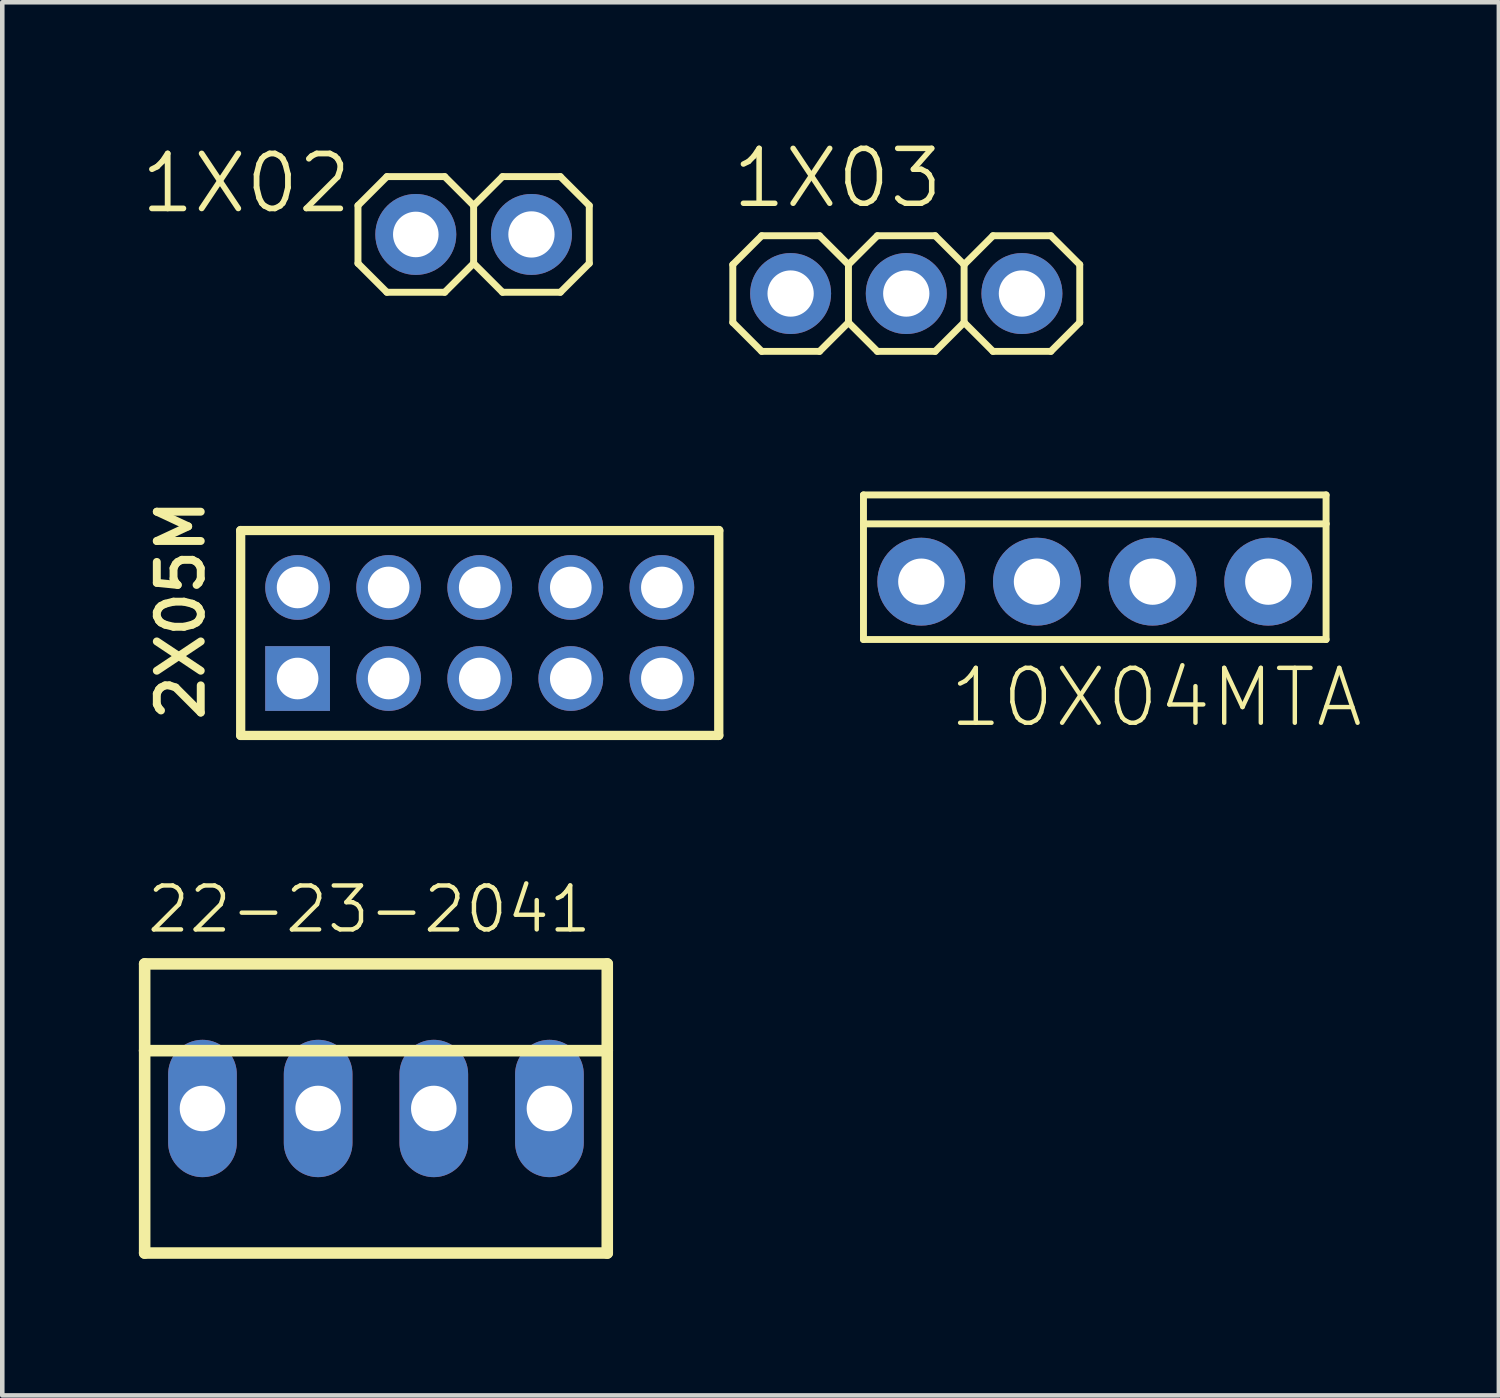
<source format=kicad_pcb>
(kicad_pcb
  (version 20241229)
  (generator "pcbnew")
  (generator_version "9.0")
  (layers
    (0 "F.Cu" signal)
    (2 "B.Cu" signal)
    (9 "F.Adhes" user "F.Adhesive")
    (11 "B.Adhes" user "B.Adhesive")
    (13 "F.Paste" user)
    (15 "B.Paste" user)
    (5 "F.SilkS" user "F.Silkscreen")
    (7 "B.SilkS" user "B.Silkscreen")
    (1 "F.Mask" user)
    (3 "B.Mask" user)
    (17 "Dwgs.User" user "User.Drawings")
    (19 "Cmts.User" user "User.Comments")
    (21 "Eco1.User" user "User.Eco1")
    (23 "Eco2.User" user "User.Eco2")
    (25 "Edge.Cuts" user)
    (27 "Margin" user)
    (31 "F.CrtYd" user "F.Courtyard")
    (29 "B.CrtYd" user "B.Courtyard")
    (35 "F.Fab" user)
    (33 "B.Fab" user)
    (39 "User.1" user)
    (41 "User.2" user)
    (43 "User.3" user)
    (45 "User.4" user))
  (footprint "1X03"
    (layer "F.Cu")
    (at 16.854 3.397)
    (property "Reference" "1X03" (at -3.886 -1.829 0) (layer "F.SilkS") (effects (font (size 1.206 1.206) (thickness 0.121)) (justify left bottom)))
    (attr through_hole)
    (fp_line (start -3.81 -0.635) (end -3.81 0.635) (stroke (width 0.152) (type solid)) (layer "F.SilkS"))
    (fp_line (start -3.81 0.635) (end -3.175 1.27) (stroke (width 0.152) (type solid)) (layer "F.SilkS"))
    (fp_line (start -3.175 -1.27) (end -3.81 -0.635) (stroke (width 0.152) (type solid)) (layer "F.SilkS"))
    (fp_line (start -3.175 -1.27) (end -1.905 -1.27) (stroke (width 0.152) (type solid)) (layer "F.SilkS"))
    (fp_line (start -1.905 -1.27) (end -1.27 -0.635) (stroke (width 0.152) (type solid)) (layer "F.SilkS"))
    (fp_line (start -1.905 1.27) (end -3.175 1.27) (stroke (width 0.152) (type solid)) (layer "F.SilkS"))
    (fp_line (start -1.27 -0.635) (end -1.27 0.635) (stroke (width 0.152) (type solid)) (layer "F.SilkS"))
    (fp_line (start -1.27 -0.635) (end -0.635 -1.27) (stroke (width 0.152) (type solid)) (layer "F.SilkS"))
    (fp_line (start -1.27 0.635) (end -1.905 1.27) (stroke (width 0.152) (type solid)) (layer "F.SilkS"))
    (fp_line (start -0.635 -1.27) (end 0.635 -1.27) (stroke (width 0.152) (type solid)) (layer "F.SilkS"))
    (fp_line (start -0.635 1.27) (end -1.27 0.635) (stroke (width 0.152) (type solid)) (layer "F.SilkS"))
    (fp_line (start 0.635 -1.27) (end 1.27 -0.635) (stroke (width 0.152) (type solid)) (layer "F.SilkS"))
    (fp_line (start 0.635 1.27) (end -0.635 1.27) (stroke (width 0.152) (type solid)) (layer "F.SilkS"))
    (fp_line (start 1.27 -0.635) (end 1.27 0.635) (stroke (width 0.152) (type solid)) (layer "F.SilkS"))
    (fp_line (start 1.27 -0.635) (end 1.905 -1.27) (stroke (width 0.152) (type solid)) (layer "F.SilkS"))
    (fp_line (start 1.27 0.635) (end 0.635 1.27) (stroke (width 0.152) (type solid)) (layer "F.SilkS"))
    (fp_line (start 1.905 -1.27) (end 3.175 -1.27) (stroke (width 0.152) (type solid)) (layer "F.SilkS"))
    (fp_line (start 1.905 1.27) (end 1.27 0.635) (stroke (width 0.152) (type solid)) (layer "F.SilkS"))
    (fp_line (start 3.175 -1.27) (end 3.81 -0.635) (stroke (width 0.152) (type solid)) (layer "F.SilkS"))
    (fp_line (start 3.175 1.27) (end 1.905 1.27) (stroke (width 0.152) (type solid)) (layer "F.SilkS"))
    (fp_line (start 3.81 -0.635) (end 3.81 0.635) (stroke (width 0.152) (type solid)) (layer "F.SilkS"))
    (fp_line (start 3.81 0.635) (end 3.175 1.27) (stroke (width 0.152) (type solid)) (layer "F.SilkS"))
    (fp_poly (pts (xy -2.794 0.254) (xy -2.286 0.254) (xy -2.286 -0.254) (xy -2.794 -0.254)) (stroke (width 0.1) (type solid)) (fill no) (layer "F.Fab"))
    (fp_poly (pts (xy -0.254 0.254) (xy 0.254 0.254) (xy 0.254 -0.254) (xy -0.254 -0.254)) (stroke (width 0.1) (type solid)) (fill no) (layer "F.Fab"))
    (fp_poly (pts (xy 2.286 0.254) (xy 2.794 0.254) (xy 2.794 -0.254) (xy 2.286 -0.254)) (stroke (width 0.1) (type solid)) (fill no) (layer "F.Fab"))
    (pad "1" thru_hole circle (at -2.54 0 90) (size 1.778 1.778) (drill 1.016) (layers "*.Cu" "*.Mask"))
    (pad "2" thru_hole circle (at 0 0 90) (size 1.778 1.778) (drill 1.016) (layers "*.Cu" "*.Mask"))
    (pad "3" thru_hole circle (at 2.54 0 90) (size 1.778 1.778) (drill 1.016) (layers "*.Cu" "*.Mask")))
  (footprint "2X05M"
    (layer "F.Cu")
    (at 7.486 10.852)
    (property "Reference" "2X05M" (at -6 2 90) (layer "F.SilkS") (effects (font (size 0.965 0.965) (thickness 0.174)) (justify left bottom)))
    (attr through_hole)
    (fp_line (start -5.25 -2.25) (end 5.25 -2.25) (stroke (width 0.203) (type solid)) (layer "F.SilkS"))
    (fp_line (start -5.25 2.25) (end -5.25 -2.25) (stroke (width 0.203) (type solid)) (layer "F.SilkS"))
    (fp_line (start 5.25 -2.25) (end 5.25 2.25) (stroke (width 0.203) (type solid)) (layer "F.SilkS"))
    (fp_line (start 5.25 2.25) (end -5.25 2.25) (stroke (width 0.203) (type solid)) (layer "F.SilkS"))
    (fp_poly (pts (xy -4.25 -0.75) (xy -3.75 -0.75) (xy -3.75 -1.25) (xy -4.25 -1.25)) (stroke (width 0.1) (type solid)) (fill no) (layer "F.Fab"))
    (fp_poly (pts (xy -4.25 1.25) (xy -3.75 1.25) (xy -3.75 0.75) (xy -4.25 0.75)) (stroke (width 0.1) (type solid)) (fill no) (layer "F.Fab"))
    (fp_poly (pts (xy -2.25 -0.75) (xy -1.75 -0.75) (xy -1.75 -1.25) (xy -2.25 -1.25)) (stroke (width 0.1) (type solid)) (fill no) (layer "F.Fab"))
    (fp_poly (pts (xy -2.25 1.25) (xy -1.75 1.25) (xy -1.75 0.75) (xy -2.25 0.75)) (stroke (width 0.1) (type solid)) (fill no) (layer "F.Fab"))
    (fp_poly (pts (xy -0.25 -0.75) (xy 0.25 -0.75) (xy 0.25 -1.25) (xy -0.25 -1.25)) (stroke (width 0.1) (type solid)) (fill no) (layer "F.Fab"))
    (fp_poly (pts (xy -0.25 1.25) (xy 0.25 1.25) (xy 0.25 0.75) (xy -0.25 0.75)) (stroke (width 0.1) (type solid)) (fill no) (layer "F.Fab"))
    (fp_poly (pts (xy 1.75 -0.75) (xy 2.25 -0.75) (xy 2.25 -1.25) (xy 1.75 -1.25)) (stroke (width 0.1) (type solid)) (fill no) (layer "F.Fab"))
    (fp_poly (pts (xy 1.75 1.25) (xy 2.25 1.25) (xy 2.25 0.75) (xy 1.75 0.75)) (stroke (width 0.1) (type solid)) (fill no) (layer "F.Fab"))
    (fp_poly (pts (xy 3.75 -0.75) (xy 4.25 -0.75) (xy 4.25 -1.25) (xy 3.75 -1.25)) (stroke (width 0.1) (type solid)) (fill no) (layer "F.Fab"))
    (fp_poly (pts (xy 3.75 1.25) (xy 4.25 1.25) (xy 4.25 0.75) (xy 3.75 0.75)) (stroke (width 0.1) (type solid)) (fill no) (layer "F.Fab"))
    (pad "1" thru_hole rect (at -4 1) (size 1.422 1.422) (drill 0.914) (layers "*.Cu" "*.Mask"))
    (pad "2" thru_hole circle (at -4 -1) (size 1.422 1.422) (drill 0.914) (layers "*.Cu" "*.Mask"))
    (pad "3" thru_hole circle (at -2 1) (size 1.422 1.422) (drill 0.914) (layers "*.Cu" "*.Mask"))
    (pad "4" thru_hole circle (at -2 -1) (size 1.422 1.422) (drill 0.914) (layers "*.Cu" "*.Mask"))
    (pad "5" thru_hole circle (at 0 1) (size 1.422 1.422) (drill 0.914) (layers "*.Cu" "*.Mask"))
    (pad "6" thru_hole circle (at 0 -1) (size 1.422 1.422) (drill 0.914) (layers "*.Cu" "*.Mask"))
    (pad "7" thru_hole circle (at 2 1) (size 1.422 1.422) (drill 0.914) (layers "*.Cu" "*.Mask"))
    (pad "8" thru_hole circle (at 2 -1) (size 1.422 1.422) (drill 0.914) (layers "*.Cu" "*.Mask"))
    (pad "9" thru_hole circle (at 4 1) (size 1.422 1.422) (drill 0.914) (layers "*.Cu" "*.Mask"))
    (pad "10" thru_hole circle (at 4 -1) (size 1.422 1.422) (drill 0.914) (layers "*.Cu" "*.Mask")))
  (footprint "1X02"
    (layer "F.Cu")
    (at 7.352 2.099)
    (property "Reference" "1X02" (at -2.616 -1.829 0) (layer "F.SilkS") (effects (font (size 1.206 1.206) (thickness 0.127)) (justify right top)))
    (attr through_hole)
    (fp_line (start -2.54 -0.635) (end -2.54 0.635) (stroke (width 0.152) (type solid)) (layer "F.SilkS"))
    (fp_line (start -2.54 0.635) (end -1.905 1.27) (stroke (width 0.152) (type solid)) (layer "F.SilkS"))
    (fp_line (start -1.905 -1.27) (end -2.54 -0.635) (stroke (width 0.152) (type solid)) (layer "F.SilkS"))
    (fp_line (start -1.905 -1.27) (end -0.635 -1.27) (stroke (width 0.152) (type solid)) (layer "F.SilkS"))
    (fp_line (start -0.635 -1.27) (end 0 -0.635) (stroke (width 0.152) (type solid)) (layer "F.SilkS"))
    (fp_line (start -0.635 1.27) (end -1.905 1.27) (stroke (width 0.152) (type solid)) (layer "F.SilkS"))
    (fp_line (start 0 -0.635) (end 0 0.635) (stroke (width 0.152) (type solid)) (layer "F.SilkS"))
    (fp_line (start 0 -0.635) (end 0.635 -1.27) (stroke (width 0.152) (type solid)) (layer "F.SilkS"))
    (fp_line (start 0 0.635) (end -0.635 1.27) (stroke (width 0.152) (type solid)) (layer "F.SilkS"))
    (fp_line (start 0.635 -1.27) (end 1.905 -1.27) (stroke (width 0.152) (type solid)) (layer "F.SilkS"))
    (fp_line (start 0.635 1.27) (end 0 0.635) (stroke (width 0.152) (type solid)) (layer "F.SilkS"))
    (fp_line (start 1.905 -1.27) (end 2.54 -0.635) (stroke (width 0.152) (type solid)) (layer "F.SilkS"))
    (fp_line (start 1.905 1.27) (end 0.635 1.27) (stroke (width 0.152) (type solid)) (layer "F.SilkS"))
    (fp_line (start 2.54 -0.635) (end 2.54 0.635) (stroke (width 0.152) (type solid)) (layer "F.SilkS"))
    (fp_line (start 2.54 0.635) (end 1.905 1.27) (stroke (width 0.152) (type solid)) (layer "F.SilkS"))
    (fp_poly (pts (xy -1.524 0.254) (xy -1.016 0.254) (xy -1.016 -0.254) (xy -1.524 -0.254)) (stroke (width 0.1) (type solid)) (fill no) (layer "F.Fab"))
    (fp_poly (pts (xy 1.016 0.254) (xy 1.524 0.254) (xy 1.524 -0.254) (xy 1.016 -0.254)) (stroke (width 0.1) (type solid)) (fill no) (layer "F.Fab"))
    (pad "1" thru_hole circle (at -1.27 0 90) (size 1.778 1.778) (drill 1) (layers "*.Cu" "*.Mask"))
    (pad "2" thru_hole circle (at 1.27 0 90) (size 1.778 1.778) (drill 1.016) (layers "*.Cu" "*.Mask")))
  (footprint "22-23-2041"
    (layer "F.Cu")
    (at 5.207 21.295)
    (property "Reference" "22-23-2041" (at -5.08 -3.81 0) (layer "F.SilkS") (effects (font (size 0.965 0.965) (thickness 0.097)) (justify left bottom)))
    (attr through_hole)
    (fp_line (start -5.08 -3.175) (end 5.08 -3.175) (stroke (width 0.254) (type solid)) (layer "F.SilkS"))
    (fp_line (start -5.08 -1.27) (end -5.08 -3.175) (stroke (width 0.254) (type solid)) (layer "F.SilkS"))
    (fp_line (start -5.08 -1.27) (end 5.08 -1.27) (stroke (width 0.254) (type solid)) (layer "F.SilkS"))
    (fp_line (start -5.08 3.175) (end -5.08 -1.27) (stroke (width 0.254) (type solid)) (layer "F.SilkS"))
    (fp_line (start 5.08 -3.175) (end 5.08 -1.27) (stroke (width 0.254) (type solid)) (layer "F.SilkS"))
    (fp_line (start 5.08 -1.27) (end 5.08 3.175) (stroke (width 0.254) (type solid)) (layer "F.SilkS"))
    (fp_line (start 5.08 3.175) (end -5.08 3.175) (stroke (width 0.254) (type solid)) (layer "F.SilkS"))
    (pad "1" thru_hole oval (at -3.81 0 90) (size 3.016 1.508) (drill 1) (layers "*.Cu" "*.Mask"))
    (pad "2" thru_hole oval (at -1.27 0 90) (size 3.016 1.508) (drill 1) (layers "*.Cu" "*.Mask"))
    (pad "3" thru_hole oval (at 1.27 0 90) (size 3.016 1.508) (drill 1) (layers "*.Cu" "*.Mask"))
    (pad "4" thru_hole oval (at 3.81 0 90) (size 3.016 1.508) (drill 1) (layers "*.Cu" "*.Mask")))
  (footprint "10X04MTA"
    (layer "F.Cu")
    (at 20.994 9.725)
    (property "Reference" "10X04MTA" (at -3.251 3.251 0) (layer "F.SilkS") (effects (font (size 1.206 1.206) (thickness 0.097)) (justify left bottom)))
    (attr through_hole)
    (fp_line (start -5.08 -1.27) (end -5.08 -1.905) (stroke (width 0.152) (type solid)) (layer "F.SilkS"))
    (fp_line (start -5.08 1.27) (end -5.08 -1.27) (stroke (width 0.152) (type solid)) (layer "F.SilkS"))
    (fp_line (start -5.08 1.27) (end 5.08 1.27) (stroke (width 0.152) (type solid)) (layer "F.SilkS"))
    (fp_line (start 5.08 -1.905) (end -5.08 -1.905) (stroke (width 0.152) (type solid)) (layer "F.SilkS"))
    (fp_line (start 5.08 -1.905) (end 5.08 -1.27) (stroke (width 0.152) (type solid)) (layer "F.SilkS"))
    (fp_line (start 5.08 -1.27) (end -5.08 -1.27) (stroke (width 0.152) (type solid)) (layer "F.SilkS"))
    (fp_line (start 5.08 -1.27) (end 5.08 1.27) (stroke (width 0.152) (type solid)) (layer "F.SilkS"))
    (fp_poly (pts (xy -4.064 0.254) (xy -3.556 0.254) (xy -3.556 -0.254) (xy -4.064 -0.254)) (stroke (width 0) (type solid)) (fill yes) (layer "F.SilkS"))
    (fp_poly (pts (xy -1.524 0.254) (xy -1.016 0.254) (xy -1.016 -0.254) (xy -1.524 -0.254)) (stroke (width 0) (type solid)) (fill yes) (layer "F.SilkS"))
    (fp_poly (pts (xy 1.016 0.254) (xy 1.524 0.254) (xy 1.524 -0.254) (xy 1.016 -0.254)) (stroke (width 0) (type solid)) (fill yes) (layer "F.SilkS"))
    (fp_poly (pts (xy 3.556 0.254) (xy 4.064 0.254) (xy 4.064 -0.254) (xy 3.556 -0.254)) (stroke (width 0) (type solid)) (fill yes) (layer "F.SilkS"))
    (pad "1" thru_hole circle (at 3.81 0 270) (size 1.93 1.93) (drill 1.016) (layers "*.Cu" "*.Mask"))
    (pad "2" thru_hole circle (at 1.27 0 270) (size 1.93 1.93) (drill 1.016) (layers "*.Cu" "*.Mask"))
    (pad "3" thru_hole circle (at -1.27 0 270) (size 1.93 1.93) (drill 1.016) (layers "*.Cu" "*.Mask"))
    (pad "4" thru_hole circle (at -3.81 0 270) (size 1.93 1.93) (drill 1.016) (layers "*.Cu" "*.Mask")))
  (gr_rect
    (start -3 -3)
    (end 29.869 27.597)
    (stroke (width 0.1) (type default))
    (fill no)
    (layer "Edge.Cuts")))
</source>
